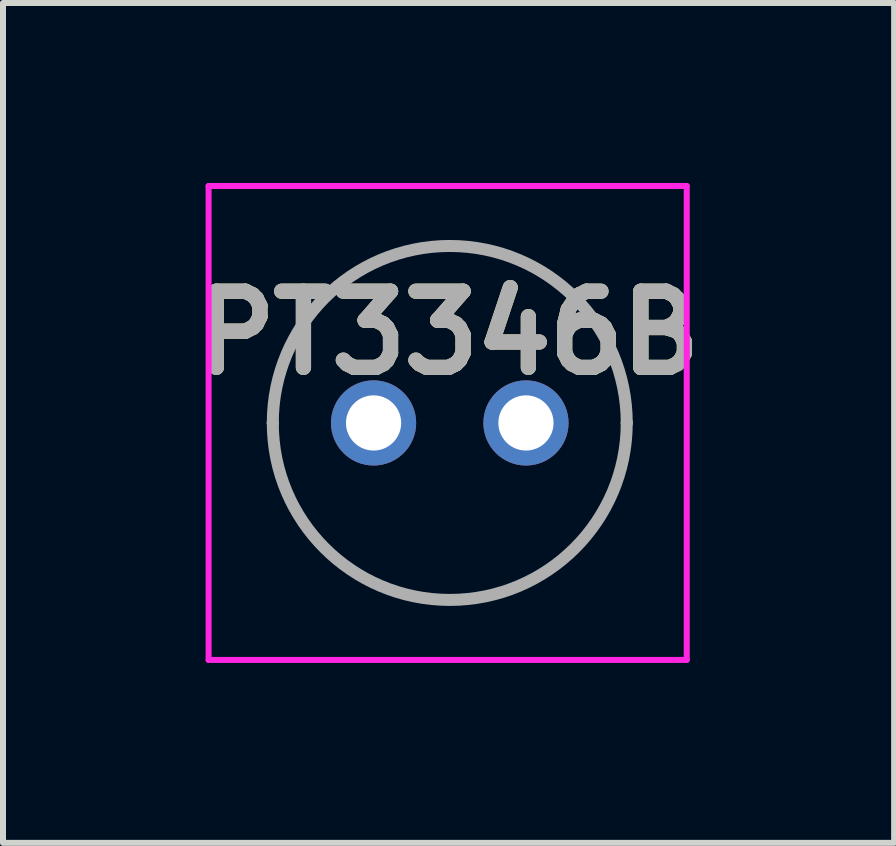
<source format=kicad_pcb>
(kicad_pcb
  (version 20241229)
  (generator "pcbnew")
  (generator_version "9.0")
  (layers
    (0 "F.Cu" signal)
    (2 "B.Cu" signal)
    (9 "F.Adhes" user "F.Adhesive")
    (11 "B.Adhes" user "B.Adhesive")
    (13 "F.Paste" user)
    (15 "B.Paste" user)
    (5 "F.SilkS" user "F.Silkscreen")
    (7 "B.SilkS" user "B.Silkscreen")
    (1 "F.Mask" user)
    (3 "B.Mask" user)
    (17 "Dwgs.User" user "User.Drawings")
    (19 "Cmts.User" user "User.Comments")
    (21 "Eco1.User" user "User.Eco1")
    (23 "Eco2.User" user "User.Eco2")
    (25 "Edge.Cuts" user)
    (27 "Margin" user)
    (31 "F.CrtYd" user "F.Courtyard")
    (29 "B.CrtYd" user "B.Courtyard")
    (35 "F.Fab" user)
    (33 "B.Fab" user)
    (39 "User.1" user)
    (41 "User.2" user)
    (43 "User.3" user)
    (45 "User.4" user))
  (footprint "PT3346B"
    (layer "F.Cu")
    (at 4.427 4)
    (property "Reference" "PT3346B" (at 0 -1.5 0) (layer "F.SilkS") (effects (font (size 1.27 1.27) (thickness 0.254))))
    (attr through_hole)
    (fp_line (start -2.93 0) (end -2.93 0) (stroke (width 0.1) (type solid)) (layer "F.SilkS"))
    (fp_line (start 2.97 0) (end 2.97 0) (stroke (width 0.1) (type solid)) (layer "F.SilkS"))
    (fp_arc (start -2.93 0) (mid 0.02 -2.95) (end 2.97 0) (stroke (width 0.1) (type solid)) (layer "F.SilkS"))
    (fp_arc (start 2.97 0) (mid 0.02 2.95) (end -2.93 0) (stroke (width 0.1) (type solid)) (layer "F.SilkS"))
    (fp_line (start -4 -3.95) (end 3.97 -3.95) (stroke (width 0.1) (type solid)) (layer "F.CrtYd"))
    (fp_line (start -4 3.95) (end -4 -3.95) (stroke (width 0.1) (type solid)) (layer "F.CrtYd"))
    (fp_line (start 3.97 -3.95) (end 3.97 3.95) (stroke (width 0.1) (type solid)) (layer "F.CrtYd"))
    (fp_line (start 3.97 3.95) (end -4 3.95) (stroke (width 0.1) (type solid)) (layer "F.CrtYd"))
    (fp_line (start -2.93 0) (end -2.93 0) (stroke (width 0.2) (type solid)) (layer "F.Fab"))
    (fp_line (start 2.97 0) (end 2.97 0) (stroke (width 0.2) (type solid)) (layer "F.Fab"))
    (fp_arc (start -2.93 0) (mid 0.02 -2.95) (end 2.97 0) (stroke (width 0.2) (type solid)) (layer "F.Fab"))
    (fp_arc (start 2.97 0) (mid 0.02 2.95) (end -2.93 0) (stroke (width 0.2) (type solid)) (layer "F.Fab"))
    (fp_text user "${REFERENCE}" (at 0 -1.5 0) (layer "F.Fab") (effects (font (size 1.27 1.27) (thickness 0.254))))
    (pad "1" thru_hole circle (at -1.25 0) (size 1.42 1.42) (drill 0.92) (layers "*.Cu" "*.Mask"))
    (pad "2" thru_hole circle (at 1.29 0) (size 1.42 1.42) (drill 0.92) (layers "*.Cu" "*.Mask")))
  (gr_rect
    (start -3 -3)
    (end 11.854 11)
    (stroke (width 0.1) (type default))
    (fill no)
    (layer "Edge.Cuts")))
</source>
